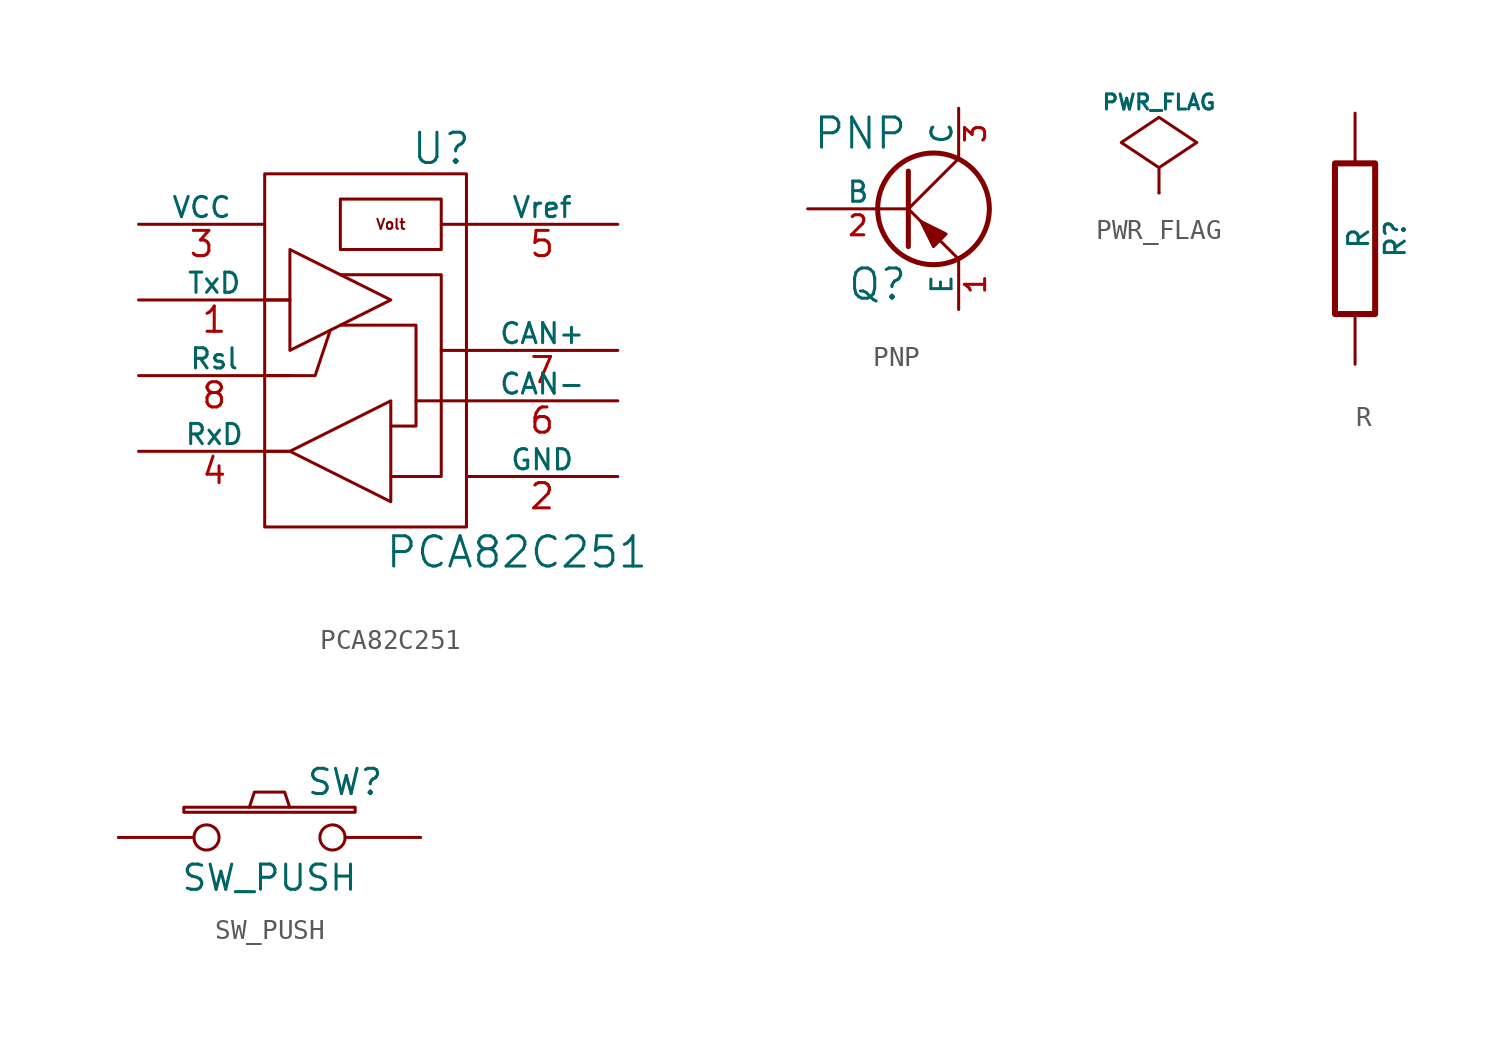
<source format=kicad_sym>
(kicad_symbol_lib
  (version 20201005)
  (generator kicad_symbol_editor)
  (symbol "kit-coldfire_schlib:PCA82C251"
    (pin_names
      (offset 0))
    (property "Reference" "U"
      (at 3.81 11.43 0)
      (effects (font (size 1.524 1.524))))
    (property "Value" "PCA82C251"
      (at 7.62 -8.89 0)
      (effects (font (size 1.524 1.524))))
    (property "Footprint" ""
      (at 0 0 0)
      (effects (font (size 1.524 1.524))))
    (property "Datasheet" ""
      (at 0 0 0)
      (effects (font (size 1.524 1.524))))
    (symbol "PCA82C251_0_1"
      (text "Volt" (at 1.27 7.62 0) (effects (font (size 0.508 0.508) bold)))
      (rectangle (start -5.08 10.16) (end 5.08 -7.62) (stroke (width 0)) (fill (type none)))
      (polyline (pts (xy -3.81 -3.81) (xy -5.08 -3.81)) (stroke (width 0)) (fill (type none)))
      (polyline (pts (xy -3.81 3.81) (xy -5.08 3.81)) (stroke (width 0)) (fill (type none)))
      (polyline (pts (xy 2.54 -1.27) (xy 5.08 -1.27)) (stroke (width 0)) (fill (type none)))
      (polyline (pts (xy 3.81 1.27) (xy 5.08 1.27)) (stroke (width 0)) (fill (type none)))
      (polyline (pts (xy 3.81 7.62) (xy 5.08 7.62)) (stroke (width 0)) (fill (type none)))
      (polyline (pts (xy -5.08 0) (xy -2.54 0) (xy -1.778 2.286)) (stroke (width 0)) (fill (type none)))
      (polyline (pts (xy -3.81 -3.81) (xy 1.27 -1.27) (xy 1.27 -6.35) (xy -3.81 -3.81)) (stroke (width 0)) (fill (type none)))
      (polyline (pts (xy -1.27 2.54) (xy 2.54 2.54) (xy 2.54 -2.54) (xy 1.27 -2.54)) (stroke (width 0)) (fill (type none)))
      (polyline (pts (xy -1.27 5.08) (xy 3.81 5.08) (xy 3.81 -5.08) (xy 1.27 -5.08)) (stroke (width 0)) (fill (type none)))
      (polyline (pts (xy -3.81 5.08) (xy -3.81 1.27) (xy 1.27 3.81) (xy -3.81 6.35) (xy -3.81 5.08)) (stroke (width 0)) (fill (type none)))
      (polyline (pts (xy -1.27 8.89) (xy -1.27 6.35) (xy 3.81 6.35) (xy 3.81 8.89) (xy -1.27 8.89)) (stroke (width 0)) (fill (type none))))
    (symbol "PCA82C251_1_1"
      (pin input line (at -11.43 3.81 0) (length 7.62) (name "TxD" (effects (font (size 1.016 1.016)))) (number "1" (effects (font (size 1.27 1.27)))))
      (pin power_in line (at 12.7 -5.08 180) (length 7.62) (name "GND" (effects (font (size 1.016 1.016)))) (number "2" (effects (font (size 1.27 1.27)))))
      (pin power_in line (at -11.43 7.62 0) (length 6.35) (name "VCC" (effects (font (size 1.016 1.016)))) (number "3" (effects (font (size 1.27 1.27)))))
      (pin output line (at -11.43 -3.81 0) (length 7.62) (name "RxD" (effects (font (size 1.016 1.016)))) (number "4" (effects (font (size 1.27 1.27)))))
      (pin output line (at 12.7 7.62 180) (length 7.62) (name "Vref" (effects (font (size 1.016 1.016)))) (number "5" (effects (font (size 1.27 1.27)))))
      (pin bidirectional line (at 12.7 -1.27 180) (length 7.62) (name "CAN-" (effects (font (size 1.016 1.016)))) (number "6" (effects (font (size 1.27 1.27)))))
      (pin bidirectional line (at 12.7 1.27 180) (length 7.62) (name "CAN+" (effects (font (size 1.016 1.016)))) (number "7" (effects (font (size 1.27 1.27)))))
      (pin input line (at -11.43 0 0) (length 7.62) (name "Rsl" (effects (font (size 1.016 1.016)))) (number "8" (effects (font (size 1.27 1.27)))))))
  (symbol "kit-coldfire_schlib:PNP"
    (pin_names
      (offset 0))
    (property "Reference" "Q"
      (at 0 -3.81 0)
      (effects (font (size 1.524 1.524)) (justify right)))
    (property "Value" "PNP"
      (at 0 3.81 0)
      (effects (font (size 1.524 1.524)) (justify right)))
    (property "Footprint" ""
      (at 0 0 0)
      (effects (font (size 1.524 1.524))))
    (property "Datasheet" ""
      (at 0 0 0)
      (effects (font (size 1.524 1.524))))
    (symbol "PNP_0_1"
      (circle (center 1.27 0) (radius 2.819) (stroke (width 0.254)) (fill (type none)))
      (polyline (pts (xy 0 0) (xy 2.54 2.54)) (stroke (width 0)) (fill (type none)))
      (polyline (pts (xy 0 1.905) (xy 0 -1.905) (xy 0 -1.905)) (stroke (width 0.254)) (fill (type outline)))
      (polyline (pts (xy 0.635 -0.635) (xy 0 0) (xy 0 0)) (stroke (width 0)) (fill (type none)))
      (polyline (pts (xy 2.54 -2.54) (xy 1.651 -1.651) (xy 1.651 -1.651)) (stroke (width 0)) (fill (type none)))
      (polyline (pts (xy 0.635 -0.635) (xy 1.27 -1.905) (xy 1.905 -1.27) (xy 0.635 -0.635) (xy 0.635 -0.635)) (stroke (width 0)) (fill (type outline))))
    (symbol "PNP_1_1"
      (pin passive line (at 2.54 -5.08 90) (length 2.54) (name "E" (effects (font (size 1.016 1.016)))) (number "1" (effects (font (size 1.016 1.016)))))
      (pin input line (at -5.08 0 0) (length 5.08) (name "B" (effects (font (size 1.016 1.016)))) (number "2" (effects (font (size 1.016 1.016)))))
      (pin passive line (at 2.54 5.08 270) (length 2.54) (name "C" (effects (font (size 1.016 1.016)))) (number "3" (effects (font (size 1.016 1.016)))))))
  (symbol "kit-coldfire_schlib:PWR_FLAG"
    (power)
    (pin_numbers hide)
    (pin_names
      (offset 0) hide)
    (property "Reference" "#FLG"
      (at 0 2.413 0)
      (effects (font (size 0.762 0.762)) hide))
    (property "Value" "PWR_FLAG"
      (at 0 4.572 0)
      (effects (font (size 0.762 0.762))))
    (property "Footprint" ""
      (at 0 0 0)
      (effects (font (size 1.524 1.524))))
    (property "Datasheet" ""
      (at 0 0 0)
      (effects (font (size 1.524 1.524))))
    (symbol "PWR_FLAG_0_1"
      (polyline (pts (xy 0 0) (xy 0 1.27) (xy -1.905 2.54) (xy 0 3.81) (xy 1.905 2.54) (xy 0 1.27)) (stroke (width 0)) (fill (type none))))
    (symbol "PWR_FLAG_0_0"
      (pin power_out line (at 0 0 90) (length 0) (name "pwr" (effects (font (size 0.508 0.508)))) (number "1" (effects (font (size 0.508 0.508)))))))
  (symbol "kit-coldfire_schlib:R"
    (pin_numbers hide)
    (pin_names
      (offset 0))
    (property "Reference" "R"
      (at 2.032 0 90)
      (effects (font (size 1.016 1.016))))
    (property "Value" "R"
      (at 0.178 0.025 90)
      (effects (font (size 1.016 1.016))))
    (property "Footprint" ""
      (at -1.778 0 90)
      (effects (font (size 0.762 0.762))))
    (property "Datasheet" ""
      (at 0 0 0)
      (effects (font (size 0.762 0.762))))
    (symbol "R_0_1"
      (rectangle (start -1.016 3.81) (end 1.016 -3.81) (stroke (width 0.305)) (fill (type none))))
    (symbol "R_1_1"
      (pin passive line (at 0 6.35 270) (length 2.54) (name "~" (effects (font (size 1.524 1.524)))) (number "1" (effects (font (size 1.524 1.524)))))
      (pin passive line (at 0 -6.35 90) (length 2.54) (name "~" (effects (font (size 1.524 1.524)))) (number "2" (effects (font (size 1.524 1.524)))))))
  (symbol "kit-coldfire_schlib:SW_PUSH"
    (pin_numbers hide)
    (pin_names
      (offset 1.016) hide)
    (property "Reference" "SW"
      (at 3.81 2.794 0)
      (effects (font (size 1.27 1.27))))
    (property "Value" "SW_PUSH"
      (at 0 -2.032 0)
      (effects (font (size 1.27 1.27))))
    (property "Footprint" ""
      (at 0 0 0)
      (effects (font (size 1.524 1.524))))
    (property "Datasheet" ""
      (at 0 0 0)
      (effects (font (size 1.524 1.524))))
    (symbol "SW_PUSH_0_1"
      (rectangle (start -4.318 1.27) (end 4.318 1.524) (stroke (width 0)) (fill (type none)))
      (polyline (pts (xy -1.016 1.524) (xy -0.762 2.286) (xy 0.762 2.286) (xy 1.016 1.524)) (stroke (width 0)) (fill (type none)))
      (pin passive inverted (at -7.62 0 0) (length 5.08) (name "1" (effects (font (size 1.524 1.524)))) (number "1" (effects (font (size 1.524 1.524)))))
      (pin passive inverted (at 7.62 0 180) (length 5.08) (name "2" (effects (font (size 1.524 1.524)))) (number "2" (effects (font (size 1.524 1.524))))))))
</source>
